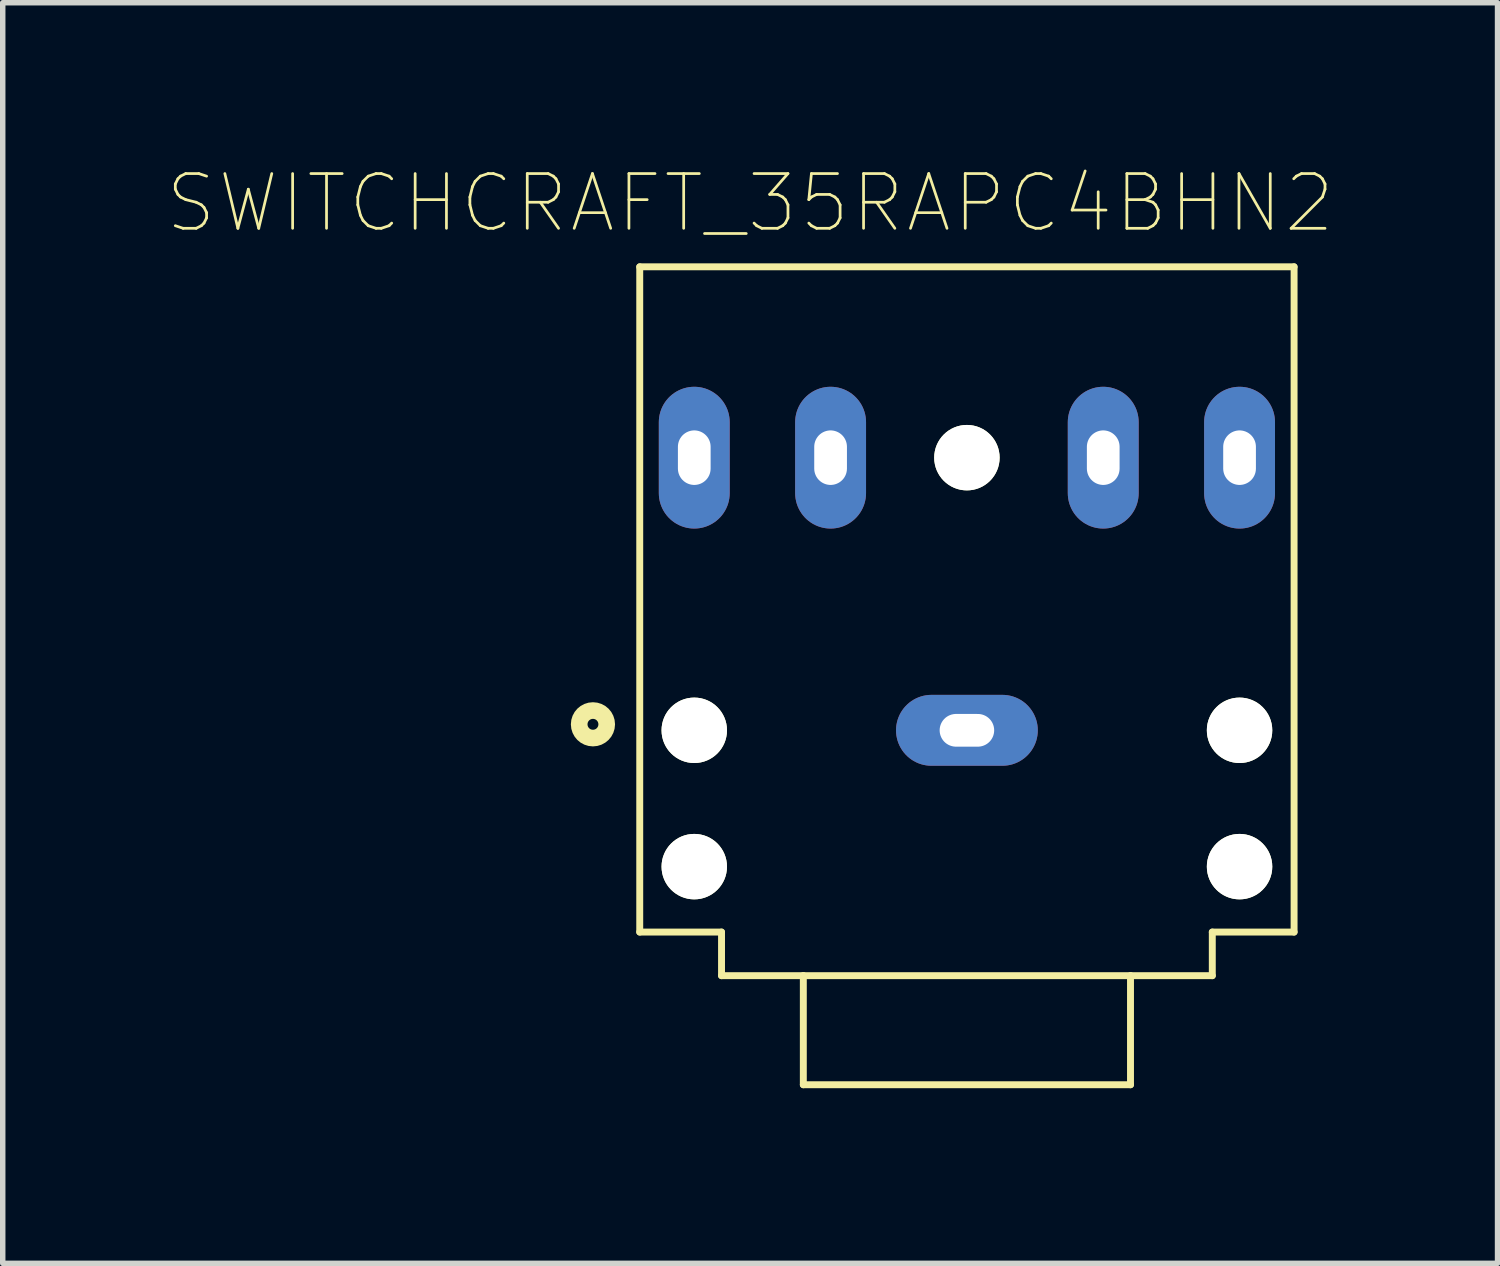
<source format=kicad_pcb>
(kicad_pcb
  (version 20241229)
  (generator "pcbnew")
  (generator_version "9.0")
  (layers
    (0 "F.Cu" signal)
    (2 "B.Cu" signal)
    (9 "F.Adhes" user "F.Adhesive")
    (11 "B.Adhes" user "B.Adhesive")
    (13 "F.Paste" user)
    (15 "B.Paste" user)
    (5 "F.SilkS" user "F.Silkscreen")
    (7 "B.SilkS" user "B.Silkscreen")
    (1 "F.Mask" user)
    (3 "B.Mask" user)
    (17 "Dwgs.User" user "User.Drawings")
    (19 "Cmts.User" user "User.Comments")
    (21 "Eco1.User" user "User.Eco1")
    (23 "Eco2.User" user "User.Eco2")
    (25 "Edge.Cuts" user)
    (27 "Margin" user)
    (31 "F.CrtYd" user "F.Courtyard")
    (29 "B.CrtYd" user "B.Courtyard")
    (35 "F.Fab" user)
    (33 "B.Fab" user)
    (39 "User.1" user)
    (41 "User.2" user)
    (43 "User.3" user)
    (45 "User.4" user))
  (footprint "SWITCHCRAFT_35RAPC4BHN2"
    (layer "F.Cu")
    (at 14.682 9.343)
    (property "Reference" "SWITCHCRAFT_35RAPC4BHN2" (at -3.975 -8.668 0) (layer "F.SilkS") (effects (font (size 1.004 1.004) (thickness 0.05))))
    (attr through_hole)
    (fp_line (start -6 -7.5) (end 6 -7.5) (stroke (width 0.127) (type solid)) (layer "F.SilkS"))
    (fp_line (start -6 4.7) (end -6 -7.5) (stroke (width 0.127) (type solid)) (layer "F.SilkS"))
    (fp_line (start -4.5 4.7) (end -6 4.7) (stroke (width 0.127) (type solid)) (layer "F.SilkS"))
    (fp_line (start -4.5 5.5) (end -4.5 4.7) (stroke (width 0.127) (type solid)) (layer "F.SilkS"))
    (fp_line (start -4.5 5.5) (end -3 5.5) (stroke (width 0.127) (type solid)) (layer "F.SilkS"))
    (fp_line (start -3 5.5) (end 3 5.5) (stroke (width 0.127) (type solid)) (layer "F.SilkS"))
    (fp_line (start -3 7.5) (end -3 5.5) (stroke (width 0.127) (type solid)) (layer "F.SilkS"))
    (fp_line (start -3 7.5) (end 3 7.5) (stroke (width 0.127) (type solid)) (layer "F.SilkS"))
    (fp_line (start 3 5.5) (end 4.5 5.5) (stroke (width 0.127) (type solid)) (layer "F.SilkS"))
    (fp_line (start 3 7.5) (end 3 5.5) (stroke (width 0.127) (type solid)) (layer "F.SilkS"))
    (fp_line (start 4.5 4.7) (end 4.5 5.5) (stroke (width 0.127) (type solid)) (layer "F.SilkS"))
    (fp_line (start 6 -7.5) (end 6 4.7) (stroke (width 0.127) (type solid)) (layer "F.SilkS"))
    (fp_line (start 6 4.7) (end 4.5 4.7) (stroke (width 0.127) (type solid)) (layer "F.SilkS"))
    (fp_circle (center -6.858 0.89) (end -6.758 0.89) (stroke (width 0.305) (type solid)) (fill no) (layer "F.SilkS"))
    (fp_line (start -6.25 -7.75) (end 6.25 -7.75) (stroke (width 0.05) (type solid)) (layer "Eco1.User"))
    (fp_line (start -6.25 5.75) (end -6.25 -7.75) (stroke (width 0.05) (type solid)) (layer "Eco1.User"))
    (fp_line (start -3.25 5.75) (end -6.25 5.75) (stroke (width 0.05) (type solid)) (layer "Eco1.User"))
    (fp_line (start -3.25 7.75) (end -3.25 5.75) (stroke (width 0.05) (type solid)) (layer "Eco1.User"))
    (fp_line (start 3.25 5.75) (end 3.25 7.75) (stroke (width 0.05) (type solid)) (layer "Eco1.User"))
    (fp_line (start 3.25 7.75) (end -3.25 7.75) (stroke (width 0.05) (type solid)) (layer "Eco1.User"))
    (fp_line (start 6.25 -7.75) (end 6.25 5.75) (stroke (width 0.05) (type solid)) (layer "Eco1.User"))
    (fp_line (start 6.25 5.75) (end 3.25 5.75) (stroke (width 0.05) (type solid)) (layer "Eco1.User"))
    (fp_line (start -6 -7.5) (end 6 -7.5) (stroke (width 0.127) (type solid)) (layer "Eco2.User"))
    (fp_line (start -6 4.7) (end -6 -7.5) (stroke (width 0.127) (type solid)) (layer "Eco2.User"))
    (fp_line (start -4.5 4.7) (end -6 4.7) (stroke (width 0.127) (type solid)) (layer "Eco2.User"))
    (fp_line (start -4.5 5.5) (end -4.5 4.7) (stroke (width 0.127) (type solid)) (layer "Eco2.User"))
    (fp_line (start -4.5 5.5) (end -3 5.5) (stroke (width 0.127) (type solid)) (layer "Eco2.User"))
    (fp_line (start -3 5.5) (end 3 5.5) (stroke (width 0.127) (type solid)) (layer "Eco2.User"))
    (fp_line (start -3 7.5) (end -3 5.5) (stroke (width 0.127) (type solid)) (layer "Eco2.User"))
    (fp_line (start -3 7.5) (end 3 7.5) (stroke (width 0.127) (type solid)) (layer "Eco2.User"))
    (fp_line (start 3 5.5) (end 4.5 5.5) (stroke (width 0.127) (type solid)) (layer "Eco2.User"))
    (fp_line (start 3 7.5) (end 3 5.5) (stroke (width 0.127) (type solid)) (layer "Eco2.User"))
    (fp_line (start 4.5 4.7) (end 4.5 5.5) (stroke (width 0.127) (type solid)) (layer "Eco2.User"))
    (fp_line (start 6 -7.5) (end 6 4.7) (stroke (width 0.127) (type solid)) (layer "Eco2.User"))
    (fp_line (start 6 4.7) (end 4.5 4.7) (stroke (width 0.127) (type solid)) (layer "Eco2.User"))
    (fp_circle (center -6.858 0.89) (end -6.758 0.89) (stroke (width 0.305) (type solid)) (fill no) (layer "Eco2.User"))
    (pad "" np_thru_hole circle (at -5 1) (size 1.2 1.2) (drill 1.2) (layers "*.Cu" "*.Mask" "F.SilkS"))
    (pad "" np_thru_hole circle (at -5 3.5) (size 1.2 1.2) (drill 1.2) (layers "*.Cu" "*.Mask" "F.SilkS"))
    (pad "" np_thru_hole circle (at 0 -4) (size 1.2 1.2) (drill 1.2) (layers "*.Cu" "*.Mask" "F.SilkS"))
    (pad "" np_thru_hole circle (at 5 1) (size 1.2 1.2) (drill 1.2) (layers "*.Cu" "*.Mask" "F.SilkS"))
    (pad "" np_thru_hole circle (at 5 3.5) (size 1.2 1.2) (drill 1.2) (layers "*.Cu" "*.Mask" "F.SilkS"))
    (pad "10" thru_hole oval (at 2.5 -4 90) (size 2.6 1.3) (drill oval 1 0.6) (layers "*.Cu" "*.Mask"))
    (pad "11" thru_hole oval (at -2.5 -4 90) (size 2.6 1.3) (drill oval 1 0.6) (layers "*.Cu" "*.Mask"))
    (pad "R" thru_hole oval (at -5 -4 90) (size 2.6 1.3) (drill oval 1 0.6) (layers "*.Cu" "*.Mask"))
    (pad "S" thru_hole oval (at 0 1 180) (size 2.6 1.3) (drill oval 1 0.6) (layers "*.Cu" "*.Mask"))
    (pad "T" thru_hole oval (at 5 -4 90) (size 2.6 1.3) (drill oval 1 0.6) (layers "*.Cu" "*.Mask")))
  (gr_rect
    (start -3 -3)
    (end 24.413 20.118)
    (stroke (width 0.1) (type default))
    (fill no)
    (layer "Edge.Cuts")))
</source>
